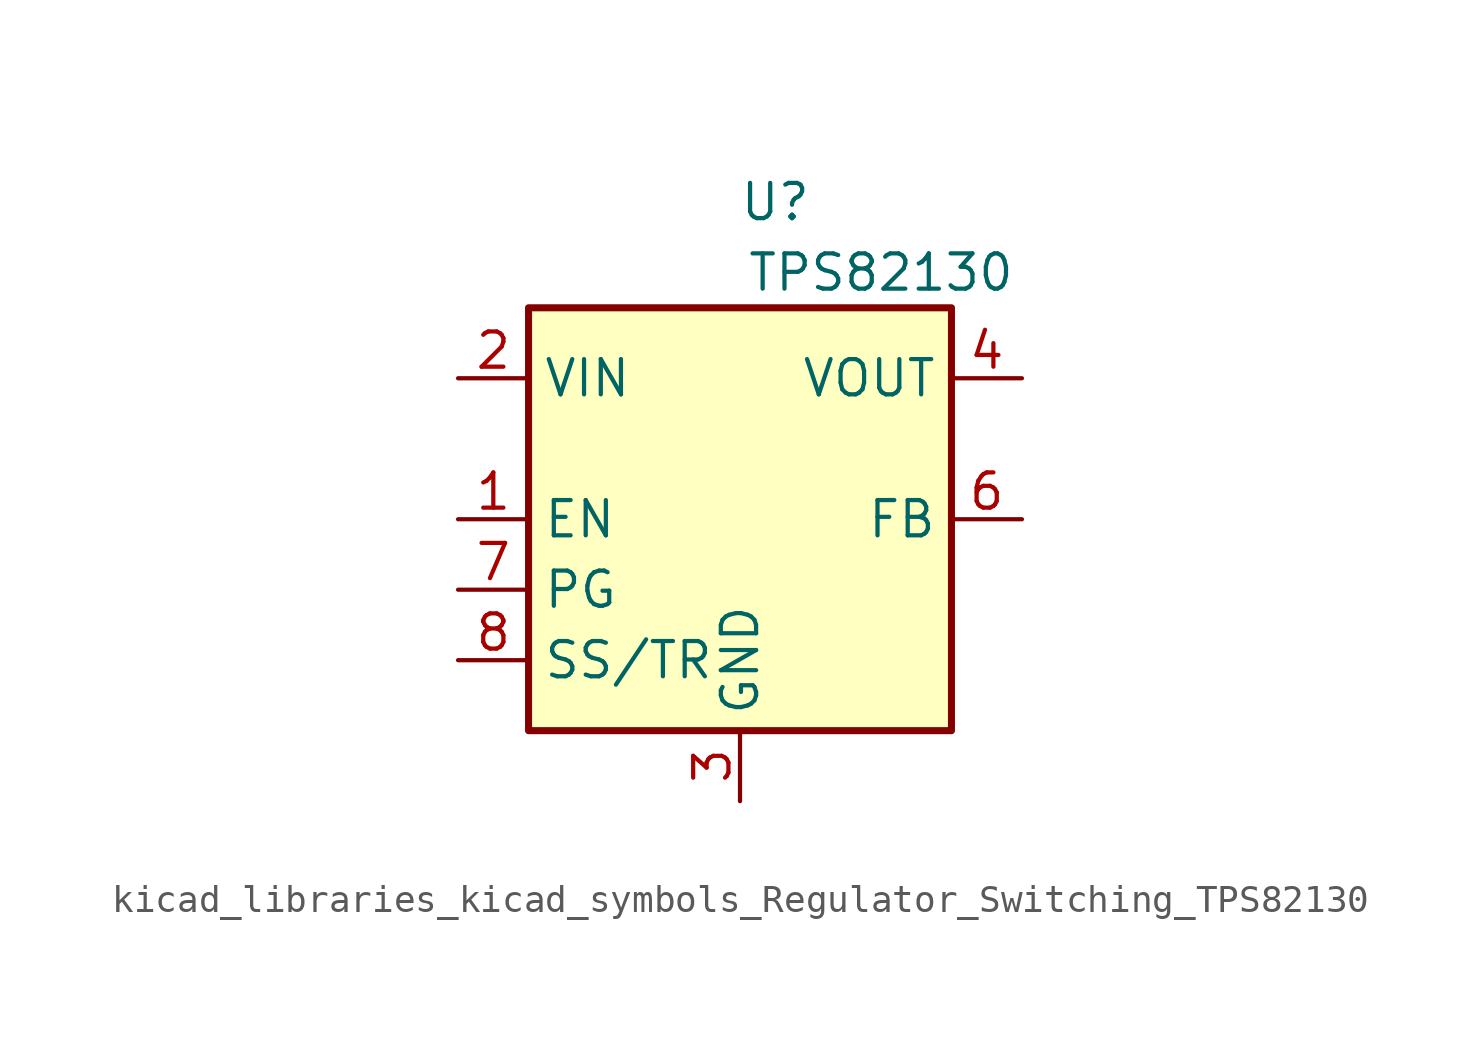
<source format=kicad_sym>
(kicad_symbol_lib
  (version 20220914)
  (generator kicad_symbol_editor)
  (symbol "kicad_libraries_kicad_symbols_Regulator_Switching_TPS82130"
    (property "Reference" "U"
      (at 1.27 11.43 0)
      (effects (font (size 1.27 1.27))))
    (property "Value" "TPS82130"
      (at 5.08 8.89 0)
      (effects (font (size 1.27 1.27))))
    (symbol "kicad_libraries_kicad_symbols_Regulator_Switching_TPS82130_0_1"
      (rectangle (start -7.62 7.62) (end 7.62 -7.62) (stroke (width 0.254) (type default)) (fill (type background))))
    (symbol "kicad_libraries_kicad_symbols_Regulator_Switching_TPS82130_1_1"
      (pin input line (at -10.16 0 0) (length 2.54) (name "EN" (effects (font (size 1.27 1.27)))) (number "1" (effects (font (size 1.27 1.27)))))
      (pin power_in line (at -10.16 5.08 0) (length 2.54) (name "VIN" (effects (font (size 1.27 1.27)))) (number "2" (effects (font (size 1.27 1.27)))))
      (pin power_in line (at 0 -10.16 90) (length 2.54) (name "GND" (effects (font (size 1.27 1.27)))) (number "3" (effects (font (size 1.27 1.27)))))
      (pin power_out line (at 10.16 5.08 180) (length 2.54) (name "VOUT" (effects (font (size 1.27 1.27)))) (number "4" (effects (font (size 1.27 1.27)))))
      (pin passive line (at 10.16 5.08 180) (length 2.54) hide (name "VOUT" (effects (font (size 1.27 1.27)))) (number "5" (effects (font (size 1.27 1.27)))))
      (pin input line (at 10.16 0 180) (length 2.54) (name "FB" (effects (font (size 1.27 1.27)))) (number "6" (effects (font (size 1.27 1.27)))))
      (pin open_collector line (at -10.16 -2.54 0) (length 2.54) (name "PG" (effects (font (size 1.27 1.27)))) (number "7" (effects (font (size 1.27 1.27)))))
      (pin input line (at -10.16 -5.08 0) (length 2.54) (name "SS/TR" (effects (font (size 1.27 1.27)))) (number "8" (effects (font (size 1.27 1.27)))))
      (pin passive line (at 0 -10.16 90) (length 2.54) hide (name "GND" (effects (font (size 1.27 1.27)))) (number "9" (effects (font (size 1.27 1.27))))))))
</source>
